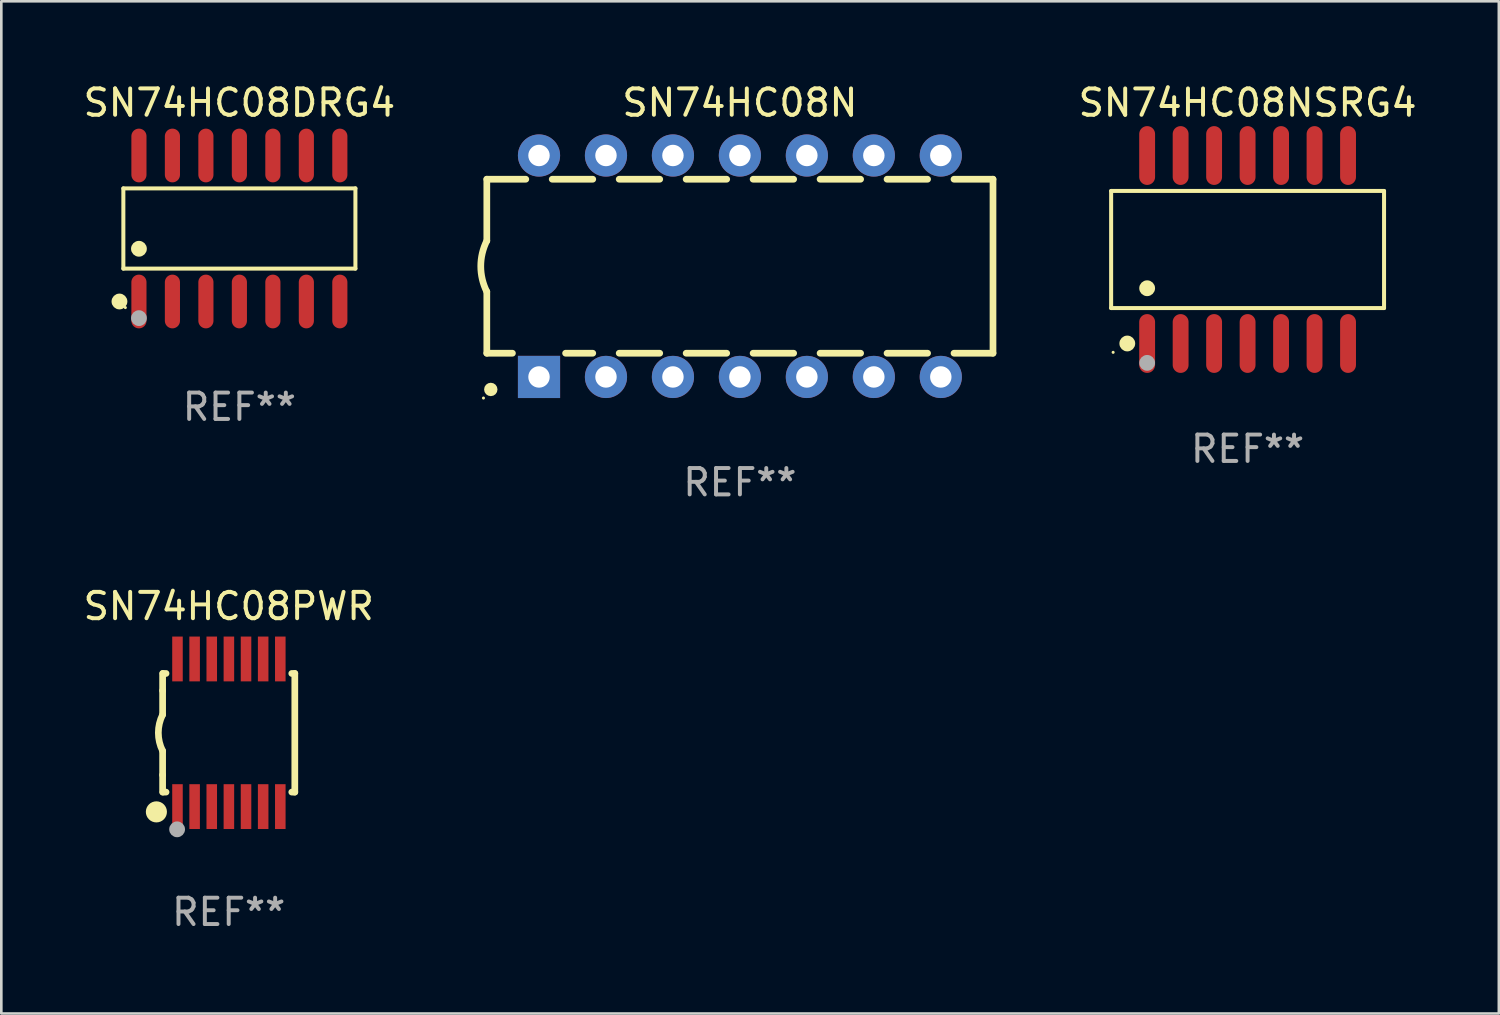
<source format=kicad_pcb>
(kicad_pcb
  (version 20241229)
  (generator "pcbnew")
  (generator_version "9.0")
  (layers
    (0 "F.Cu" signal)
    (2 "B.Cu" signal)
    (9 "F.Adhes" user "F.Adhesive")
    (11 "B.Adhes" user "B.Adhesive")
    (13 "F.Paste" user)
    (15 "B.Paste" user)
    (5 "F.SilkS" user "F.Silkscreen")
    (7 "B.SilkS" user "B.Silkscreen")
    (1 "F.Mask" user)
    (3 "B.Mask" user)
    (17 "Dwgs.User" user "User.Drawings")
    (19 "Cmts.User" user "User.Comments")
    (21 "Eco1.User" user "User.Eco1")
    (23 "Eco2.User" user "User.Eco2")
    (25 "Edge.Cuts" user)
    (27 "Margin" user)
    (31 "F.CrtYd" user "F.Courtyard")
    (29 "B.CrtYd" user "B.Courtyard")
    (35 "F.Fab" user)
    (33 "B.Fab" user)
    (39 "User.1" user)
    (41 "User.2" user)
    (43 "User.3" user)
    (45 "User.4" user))
  (footprint "SN74HC08N"
    (layer "F.Cu")
    (at 25.015 7.048)
    (property "Reference" "SN74HC08N" (at 0 -6.2 0) (layer "F.SilkS") (effects (font (size 1 1) (thickness 0.15))))
    (attr through_hole)
    (fp_line (start -9.6 -3.3) (end -9.6 -0.965) (stroke (width 0.254) (type solid)) (layer "F.SilkS"))
    (fp_line (start -9.6 -3.3) (end -8.121 -3.3) (stroke (width 0.254) (type solid)) (layer "F.SilkS"))
    (fp_line (start -9.6 3.3) (end -9.6 0.965) (stroke (width 0.254) (type solid)) (layer "F.SilkS"))
    (fp_line (start -9.6 3.3) (end -8.628 3.3) (stroke (width 0.254) (type solid)) (layer "F.SilkS"))
    (fp_line (start -7.119 -3.3) (end -5.581 -3.3) (stroke (width 0.254) (type solid)) (layer "F.SilkS"))
    (fp_line (start -6.612 3.3) (end -5.581 3.3) (stroke (width 0.254) (type solid)) (layer "F.SilkS"))
    (fp_line (start -4.579 -3.3) (end -3.041 -3.3) (stroke (width 0.254) (type solid)) (layer "F.SilkS"))
    (fp_line (start -4.579 3.3) (end -3.041 3.3) (stroke (width 0.254) (type solid)) (layer "F.SilkS"))
    (fp_line (start -2.039 -3.3) (end -0.501 -3.3) (stroke (width 0.254) (type solid)) (layer "F.SilkS"))
    (fp_line (start -2.039 3.3) (end -0.501 3.3) (stroke (width 0.254) (type solid)) (layer "F.SilkS"))
    (fp_line (start 0.501 -3.3) (end 2.039 -3.3) (stroke (width 0.254) (type solid)) (layer "F.SilkS"))
    (fp_line (start 0.501 3.3) (end 2.039 3.3) (stroke (width 0.254) (type solid)) (layer "F.SilkS"))
    (fp_line (start 3.041 -3.3) (end 4.579 -3.3) (stroke (width 0.254) (type solid)) (layer "F.SilkS"))
    (fp_line (start 3.041 3.3) (end 4.579 3.3) (stroke (width 0.254) (type solid)) (layer "F.SilkS"))
    (fp_line (start 5.581 -3.3) (end 7.119 -3.3) (stroke (width 0.254) (type solid)) (layer "F.SilkS"))
    (fp_line (start 5.581 3.3) (end 7.119 3.3) (stroke (width 0.254) (type solid)) (layer "F.SilkS"))
    (fp_line (start 8.121 -3.3) (end 9.6 -3.3) (stroke (width 0.254) (type solid)) (layer "F.SilkS"))
    (fp_line (start 8.121 3.3) (end 9.6 3.3) (stroke (width 0.254) (type solid)) (layer "F.SilkS"))
    (fp_line (start 9.6 -3.3) (end 9.6 3.3) (stroke (width 0.254) (type solid)) (layer "F.SilkS"))
    (fp_arc (start -9.601219 0.965202) (mid -9.828641 -0.00004) (end -9.600025 -0.964999) (stroke (width 0.254001) (type solid)) (layer "F.SilkS"))
    (fp_circle (center -9.727 5) (end -9.697 5) (stroke (width 0.06) (type solid)) (fill no) (layer "F.SilkS"))
    (fp_circle (center -9.449 4.674) (end -9.322 4.674) (stroke (width 0.254) (type solid)) (fill no) (layer "F.SilkS"))
    (fp_text user "REF**" (at 0 8.2 0) (layer "F.Fab") (effects (font (size 1 1) (thickness 0.15))))
    (pad "1" thru_hole rect (at -7.62 4.2) (size 1.6 1.6) (drill 0.813) (layers "*.Cu" "*.Mask"))
    (pad "2" thru_hole circle (at -5.08 4.2) (size 1.6 1.6) (drill 0.813) (layers "*.Cu" "*.Mask"))
    (pad "3" thru_hole circle (at -2.54 4.2) (size 1.6 1.6) (drill 0.813) (layers "*.Cu" "*.Mask"))
    (pad "4" thru_hole circle (at 0 4.2) (size 1.6 1.6) (drill 0.813) (layers "*.Cu" "*.Mask"))
    (pad "5" thru_hole circle (at 2.54 4.2) (size 1.6 1.6) (drill 0.813) (layers "*.Cu" "*.Mask"))
    (pad "6" thru_hole circle (at 5.08 4.2) (size 1.6 1.6) (drill 0.813) (layers "*.Cu" "*.Mask"))
    (pad "7" thru_hole circle (at 7.62 4.2) (size 1.6 1.6) (drill 0.813) (layers "*.Cu" "*.Mask"))
    (pad "8" thru_hole circle (at 7.62 -4.2) (size 1.6 1.6) (drill 0.813) (layers "*.Cu" "*.Mask"))
    (pad "9" thru_hole circle (at 5.08 -4.2) (size 1.6 1.6) (drill 0.813) (layers "*.Cu" "*.Mask"))
    (pad "10" thru_hole circle (at 2.54 -4.2) (size 1.6 1.6) (drill 0.813) (layers "*.Cu" "*.Mask"))
    (pad "11" thru_hole circle (at 0 -4.2) (size 1.6 1.6) (drill 0.813) (layers "*.Cu" "*.Mask"))
    (pad "12" thru_hole circle (at -2.54 -4.2) (size 1.6 1.6) (drill 0.813) (layers "*.Cu" "*.Mask"))
    (pad "13" thru_hole circle (at -5.08 -4.2) (size 1.6 1.6) (drill 0.813) (layers "*.Cu" "*.Mask"))
    (pad "14" thru_hole circle (at -7.62 -4.2) (size 1.6 1.6) (drill 0.813) (layers "*.Cu" "*.Mask")))
  (footprint "SN74HC08NSRG4"
    (layer "F.Cu")
    (at 44.272 6.414)
    (property "Reference" "SN74HC08NSRG4" (at 0 -5.565 0) (layer "F.SilkS") (effects (font (size 1 1) (thickness 0.15))))
    (attr through_hole)
    (fp_line (start -5.176 -2.221) (end 5.176 -2.221) (stroke (width 0.152) (type solid)) (layer "F.SilkS"))
    (fp_line (start -5.176 2.221) (end -5.176 -2.221) (stroke (width 0.152) (type solid)) (layer "F.SilkS"))
    (fp_line (start 5.176 -2.221) (end 5.176 2.221) (stroke (width 0.152) (type solid)) (layer "F.SilkS"))
    (fp_line (start 5.176 2.221) (end -5.176 2.221) (stroke (width 0.152) (type solid)) (layer "F.SilkS"))
    (fp_circle (center -5.1 3.9) (end -5.07 3.9) (stroke (width 0.06) (type solid)) (fill no) (layer "F.SilkS"))
    (fp_circle (center -4.563 3.565) (end -4.413 3.565) (stroke (width 0.3) (type solid)) (fill no) (layer "F.SilkS"))
    (fp_circle (center -3.81 1.469) (end -3.66 1.469) (stroke (width 0.3) (type solid)) (fill no) (layer "F.SilkS"))
    (fp_circle (center -3.81 4.3) (end -3.66 4.3) (stroke (width 0.3) (type solid)) (fill no) (layer "F.Fab"))
    (fp_text user "REF**" (at 0 7.565 0) (layer "F.Fab") (effects (font (size 1 1) (thickness 0.15))))
    (pad "1" smd oval (at -3.81 3.565) (size 0.602 2.231) (layers "F.Cu" "F.Mask" "F.Paste"))
    (pad "2" smd oval (at -2.54 3.565) (size 0.602 2.231) (layers "F.Cu" "F.Mask" "F.Paste"))
    (pad "3" smd oval (at -1.27 3.565) (size 0.602 2.231) (layers "F.Cu" "F.Mask" "F.Paste"))
    (pad "4" smd oval (at 0 3.565) (size 0.602 2.231) (layers "F.Cu" "F.Mask" "F.Paste"))
    (pad "5" smd oval (at 1.27 3.565) (size 0.602 2.231) (layers "F.Cu" "F.Mask" "F.Paste"))
    (pad "6" smd oval (at 2.54 3.565) (size 0.602 2.231) (layers "F.Cu" "F.Mask" "F.Paste"))
    (pad "7" smd oval (at 3.81 3.565) (size 0.602 2.231) (layers "F.Cu" "F.Mask" "F.Paste"))
    (pad "8" smd oval (at 3.81 -3.565) (size 0.602 2.231) (layers "F.Cu" "F.Mask" "F.Paste"))
    (pad "9" smd oval (at 2.54 -3.565) (size 0.602 2.231) (layers "F.Cu" "F.Mask" "F.Paste"))
    (pad "10" smd oval (at 1.27 -3.565) (size 0.602 2.231) (layers "F.Cu" "F.Mask" "F.Paste"))
    (pad "11" smd oval (at 0 -3.565) (size 0.602 2.231) (layers "F.Cu" "F.Mask" "F.Paste"))
    (pad "12" smd oval (at -1.27 -3.565) (size 0.602 2.231) (layers "F.Cu" "F.Mask" "F.Paste"))
    (pad "13" smd oval (at -2.54 -3.565) (size 0.602 2.231) (layers "F.Cu" "F.Mask" "F.Paste"))
    (pad "14" smd oval (at -3.81 -3.565) (size 0.602 2.231) (layers "F.Cu" "F.Mask" "F.Paste")))
  (footprint "SN74HC08PWR"
    (layer "F.Cu")
    (at 5.625 24.745)
    (property "Reference" "SN74HC08PWR" (at 0 -4.8 0) (layer "F.SilkS") (effects (font (size 1 1) (thickness 0.15))))
    (attr through_hole)
    (fp_line (start -2.507 -1.6) (end -2.507 -2.25) (stroke (width 0.254) (type solid)) (layer "F.SilkS"))
    (fp_line (start -2.507 -0.686) (end -2.507 -1.6) (stroke (width 0.254) (type solid)) (layer "F.SilkS"))
    (fp_line (start -2.507 1.6) (end -2.507 0.686) (stroke (width 0.254) (type solid)) (layer "F.SilkS"))
    (fp_line (start -2.507 1.6) (end -2.507 2.25) (stroke (width 0.254) (type solid)) (layer "F.SilkS"))
    (fp_line (start -2.493 -2.25) (end -2.377 -2.25) (stroke (width 0.254) (type solid)) (layer "F.SilkS"))
    (fp_line (start -2.377 2.25) (end -2.493 2.25) (stroke (width 0.254) (type solid)) (layer "F.SilkS"))
    (fp_line (start 2.392 -2.25) (end 2.507 -2.25) (stroke (width 0.254) (type solid)) (layer "F.SilkS"))
    (fp_line (start 2.507 -2.25) (end 2.507 2.25) (stroke (width 0.254) (type solid)) (layer "F.SilkS"))
    (fp_line (start 2.507 2.25) (end 2.392 2.25) (stroke (width 0.254) (type solid)) (layer "F.SilkS"))
    (fp_arc (start -2.507303 0.685802) (mid -2.669199 0) (end -2.507303 -0.685801) (stroke (width 0.254001) (type solid)) (layer "F.SilkS"))
    (fp_circle (center -2.743 3) (end -2.543 3) (stroke (width 0.4) (type solid)) (fill no) (layer "F.SilkS"))
    (fp_circle (center -2.493 3.2) (end -2.463 3.2) (stroke (width 0.06) (type solid)) (fill no) (layer "F.SilkS"))
    (fp_circle (center -1.957 3.662) (end -1.807 3.662) (stroke (width 0.3) (type solid)) (fill no) (layer "F.Fab"))
    (fp_text user "REF**" (at 0 6.8 0) (layer "F.Fab") (effects (font (size 1 1) (thickness 0.15))))
    (pad "1" smd rect (at -1.943 2.8) (size 0.4 1.7) (layers "F.Cu" "F.Mask" "F.Paste"))
    (pad "2" smd rect (at -1.293 2.8) (size 0.4 1.7) (layers "F.Cu" "F.Mask" "F.Paste"))
    (pad "3" smd rect (at -0.643 2.8) (size 0.4 1.7) (layers "F.Cu" "F.Mask" "F.Paste"))
    (pad "4" smd rect (at 0.007 2.8) (size 0.4 1.7) (layers "F.Cu" "F.Mask" "F.Paste"))
    (pad "5" smd rect (at 0.657 2.8) (size 0.4 1.7) (layers "F.Cu" "F.Mask" "F.Paste"))
    (pad "6" smd rect (at 1.307 2.8) (size 0.4 1.7) (layers "F.Cu" "F.Mask" "F.Paste"))
    (pad "7" smd rect (at 1.957 2.8) (size 0.4 1.7) (layers "F.Cu" "F.Mask" "F.Paste"))
    (pad "8" smd rect (at 1.957 -2.8) (size 0.4 1.7) (layers "F.Cu" "F.Mask" "F.Paste"))
    (pad "9" smd rect (at 1.307 -2.8) (size 0.4 1.7) (layers "F.Cu" "F.Mask" "F.Paste"))
    (pad "10" smd rect (at 0.657 -2.8) (size 0.4 1.7) (layers "F.Cu" "F.Mask" "F.Paste"))
    (pad "11" smd rect (at 0.007 -2.8) (size 0.4 1.7) (layers "F.Cu" "F.Mask" "F.Paste"))
    (pad "12" smd rect (at -0.643 -2.8) (size 0.4 1.7) (layers "F.Cu" "F.Mask" "F.Paste"))
    (pad "13" smd rect (at -1.293 -2.8) (size 0.4 1.7) (layers "F.Cu" "F.Mask" "F.Paste"))
    (pad "14" smd rect (at -1.943 -2.8) (size 0.4 1.7) (layers "F.Cu" "F.Mask" "F.Paste")))
  (footprint "SN74HC08DRG4"
    (layer "F.Cu")
    (at 6.03 5.617)
    (property "Reference" "SN74HC08DRG4" (at 0 -4.769 0) (layer "F.SilkS") (effects (font (size 1 1) (thickness 0.15))))
    (attr through_hole)
    (fp_line (start -4.401 -1.521) (end 4.401 -1.521) (stroke (width 0.152) (type solid)) (layer "F.SilkS"))
    (fp_line (start -4.401 1.521) (end -4.401 -1.521) (stroke (width 0.152) (type solid)) (layer "F.SilkS"))
    (fp_line (start 4.401 -1.521) (end 4.401 1.521) (stroke (width 0.152) (type solid)) (layer "F.SilkS"))
    (fp_line (start 4.401 1.521) (end -4.401 1.521) (stroke (width 0.152) (type solid)) (layer "F.SilkS"))
    (fp_circle (center -4.549 2.769) (end -4.399 2.769) (stroke (width 0.3) (type solid)) (fill no) (layer "F.SilkS"))
    (fp_circle (center -4.325 3) (end -4.295 3) (stroke (width 0.06) (type solid)) (fill no) (layer "F.SilkS"))
    (fp_circle (center -3.81 0.769) (end -3.66 0.769) (stroke (width 0.3) (type solid)) (fill no) (layer "F.SilkS"))
    (fp_circle (center -3.81 3.4) (end -3.66 3.4) (stroke (width 0.3) (type solid)) (fill no) (layer "F.Fab"))
    (fp_text user "REF**" (at 0 6.769 0) (layer "F.Fab") (effects (font (size 1 1) (thickness 0.15))))
    (pad "1" smd oval (at -3.81 2.769) (size 0.574 2.038) (layers "F.Cu" "F.Mask" "F.Paste"))
    (pad "2" smd oval (at -2.54 2.769) (size 0.574 2.038) (layers "F.Cu" "F.Mask" "F.Paste"))
    (pad "3" smd oval (at -1.27 2.769) (size 0.574 2.038) (layers "F.Cu" "F.Mask" "F.Paste"))
    (pad "4" smd oval (at 0 2.769) (size 0.574 2.038) (layers "F.Cu" "F.Mask" "F.Paste"))
    (pad "5" smd oval (at 1.27 2.769) (size 0.574 2.038) (layers "F.Cu" "F.Mask" "F.Paste"))
    (pad "6" smd oval (at 2.54 2.769) (size 0.574 2.038) (layers "F.Cu" "F.Mask" "F.Paste"))
    (pad "7" smd oval (at 3.81 2.769) (size 0.574 2.038) (layers "F.Cu" "F.Mask" "F.Paste"))
    (pad "8" smd oval (at 3.81 -2.769) (size 0.574 2.038) (layers "F.Cu" "F.Mask" "F.Paste"))
    (pad "9" smd oval (at 2.54 -2.769) (size 0.574 2.038) (layers "F.Cu" "F.Mask" "F.Paste"))
    (pad "10" smd oval (at 1.27 -2.769) (size 0.574 2.038) (layers "F.Cu" "F.Mask" "F.Paste"))
    (pad "11" smd oval (at 0 -2.769) (size 0.574 2.038) (layers "F.Cu" "F.Mask" "F.Paste"))
    (pad "12" smd oval (at -1.27 -2.769) (size 0.574 2.038) (layers "F.Cu" "F.Mask" "F.Paste"))
    (pad "13" smd oval (at -2.54 -2.769) (size 0.574 2.038) (layers "F.Cu" "F.Mask" "F.Paste"))
    (pad "14" smd oval (at -3.81 -2.769) (size 0.574 2.038) (layers "F.Cu" "F.Mask" "F.Paste")))
  (gr_rect
    (start -3 -3)
    (end 53.802 35.393)
    (stroke (width 0.1) (type default))
    (fill no)
    (layer "Edge.Cuts")))
</source>
